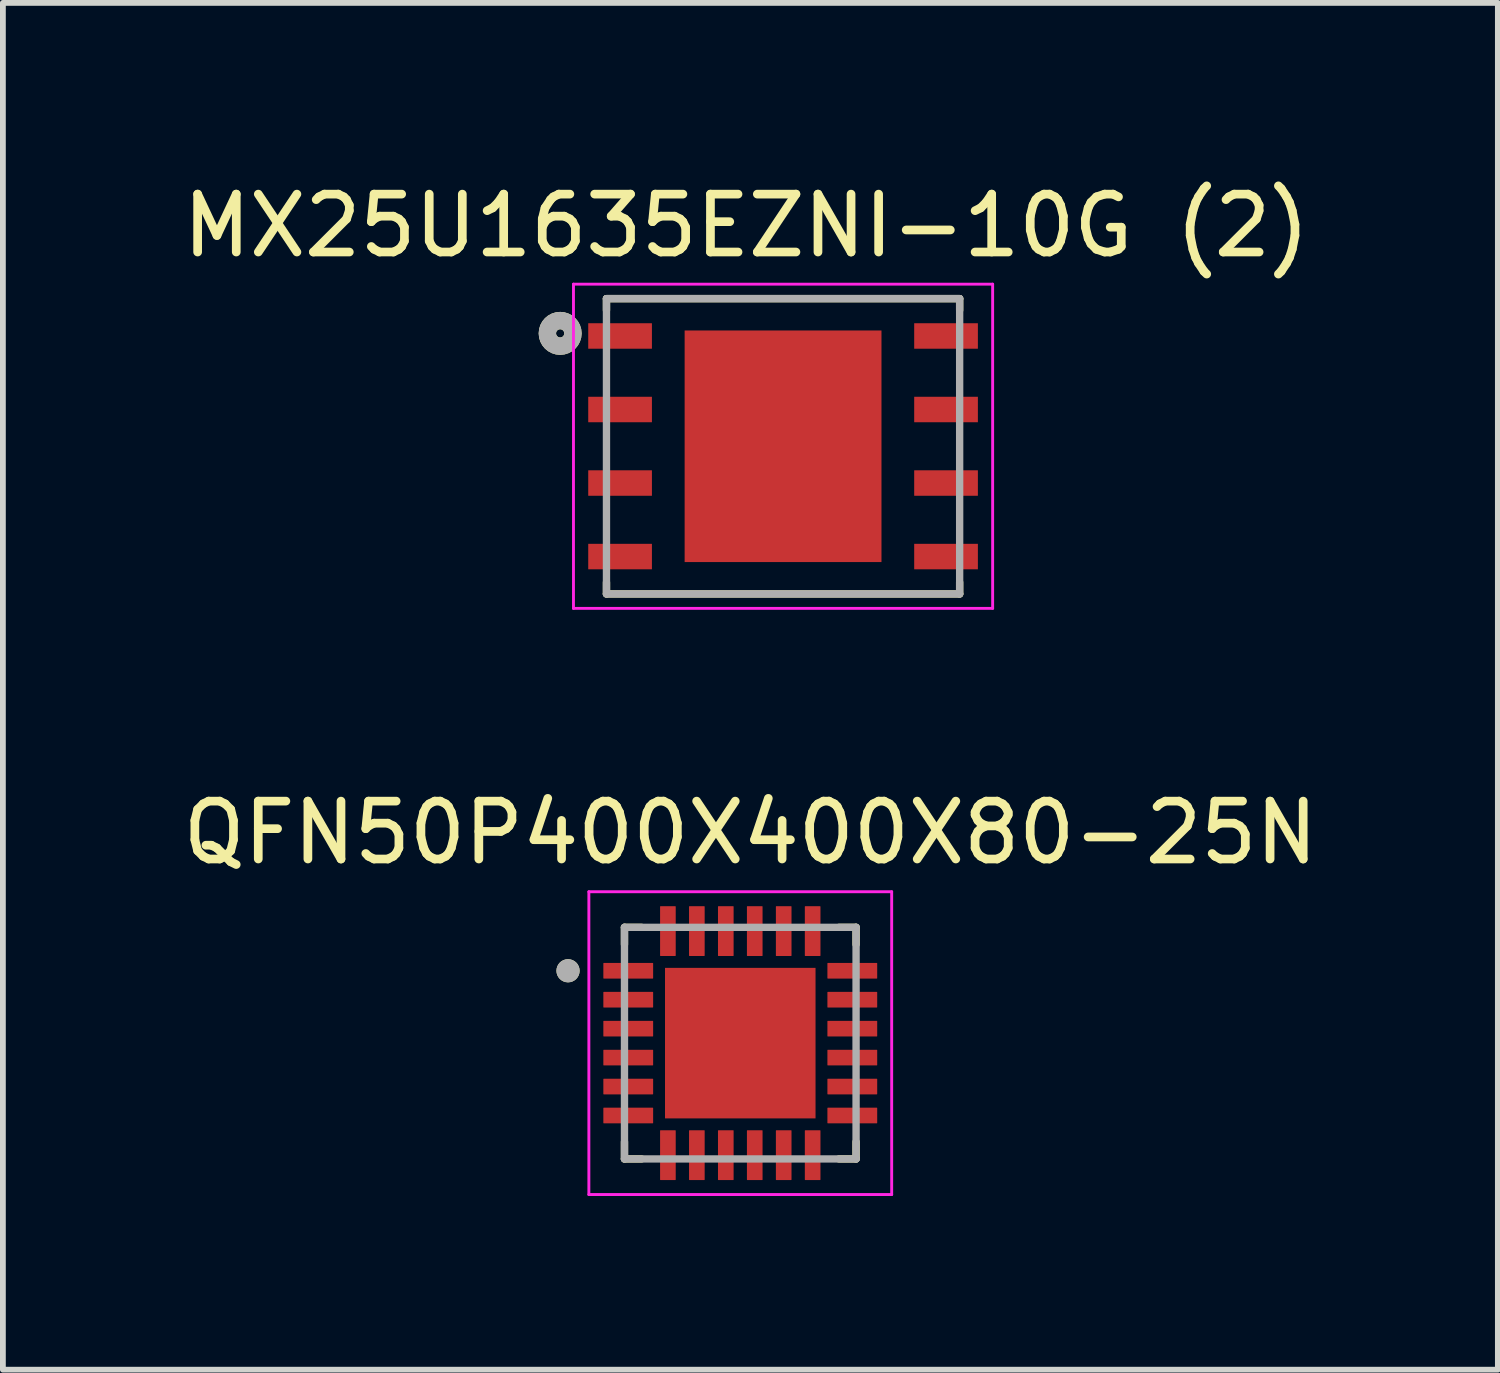
<source format=kicad_pcb>
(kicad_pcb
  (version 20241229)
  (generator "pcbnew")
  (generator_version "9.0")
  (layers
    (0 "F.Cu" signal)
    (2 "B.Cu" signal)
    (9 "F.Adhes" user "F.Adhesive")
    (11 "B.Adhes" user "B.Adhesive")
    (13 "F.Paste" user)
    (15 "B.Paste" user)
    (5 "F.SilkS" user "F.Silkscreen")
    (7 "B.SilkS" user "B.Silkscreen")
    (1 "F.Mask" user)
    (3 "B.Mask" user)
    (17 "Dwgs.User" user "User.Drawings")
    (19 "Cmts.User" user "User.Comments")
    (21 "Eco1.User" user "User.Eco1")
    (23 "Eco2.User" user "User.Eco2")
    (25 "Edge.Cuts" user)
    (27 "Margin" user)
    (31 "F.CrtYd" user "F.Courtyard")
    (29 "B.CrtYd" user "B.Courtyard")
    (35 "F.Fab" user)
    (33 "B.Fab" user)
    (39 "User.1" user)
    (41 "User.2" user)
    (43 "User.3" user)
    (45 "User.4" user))
  (footprint "QFN50P400X400X80-25N"
    (layer "F.Cu")
    (at 9.736 14.967)
    (property "Reference" "QFN50P400X400X80-25N" (at 0.175 -3.635 0) (layer "F.SilkS") (effects (font (size 1 1) (thickness 0.15))))
    (attr smd)
    (fp_line (start -2 -2) (end -2 -1.705) (stroke (width 0.127) (type solid)) (layer "F.SilkS"))
    (fp_line (start -2 -2) (end -1.705 -2) (stroke (width 0.127) (type solid)) (layer "F.SilkS"))
    (fp_line (start -2 2) (end -2 1.705) (stroke (width 0.127) (type solid)) (layer "F.SilkS"))
    (fp_line (start -2 2) (end -1.705 2) (stroke (width 0.127) (type solid)) (layer "F.SilkS"))
    (fp_line (start 2 -2) (end 1.705 -2) (stroke (width 0.127) (type solid)) (layer "F.SilkS"))
    (fp_line (start 2 -2) (end 2 -1.705) (stroke (width 0.127) (type solid)) (layer "F.SilkS"))
    (fp_line (start 2 2) (end 1.705 2) (stroke (width 0.127) (type solid)) (layer "F.SilkS"))
    (fp_line (start 2 2) (end 2 1.705) (stroke (width 0.127) (type solid)) (layer "F.SilkS"))
    (fp_circle (center -2.975 -1.25) (end -2.875 -1.25) (stroke (width 0.2) (type solid)) (fill no) (layer "F.SilkS"))
    (fp_poly (pts (xy -0.82 -0.82) (xy 0.82 -0.82) (xy 0.82 0.82) (xy -0.82 0.82)) (stroke (width 0.01) (type solid)) (fill yes) (layer "F.Paste"))
    (fp_line (start -2.615 -2.615) (end 2.615 -2.615) (stroke (width 0.05) (type solid)) (layer "F.CrtYd"))
    (fp_line (start -2.615 2.615) (end -2.615 -2.615) (stroke (width 0.05) (type solid)) (layer "F.CrtYd"))
    (fp_line (start -2.615 2.615) (end 2.615 2.615) (stroke (width 0.05) (type solid)) (layer "F.CrtYd"))
    (fp_line (start 2.615 2.615) (end 2.615 -2.615) (stroke (width 0.05) (type solid)) (layer "F.CrtYd"))
    (fp_line (start -2 2) (end -2 -2) (stroke (width 0.127) (type solid)) (layer "F.Fab"))
    (fp_line (start 2 -2) (end -2 -2) (stroke (width 0.127) (type solid)) (layer "F.Fab"))
    (fp_line (start 2 2) (end -2 2) (stroke (width 0.127) (type solid)) (layer "F.Fab"))
    (fp_line (start 2 2) (end 2 -2) (stroke (width 0.127) (type solid)) (layer "F.Fab"))
    (fp_circle (center -2.975 -1.25) (end -2.875 -1.25) (stroke (width 0.2) (type solid)) (fill no) (layer "F.Fab"))
    (pad "1" smd roundrect (at -1.935 -1.25) (size 0.86 0.27) (layers "F.Cu" "F.Mask" "F.Paste") (roundrect_rratio 0.03))
    (pad "2" smd roundrect (at -1.935 -0.75) (size 0.86 0.27) (layers "F.Cu" "F.Mask" "F.Paste") (roundrect_rratio 0.03))
    (pad "3" smd roundrect (at -1.935 -0.25) (size 0.86 0.27) (layers "F.Cu" "F.Mask" "F.Paste") (roundrect_rratio 0.03))
    (pad "4" smd roundrect (at -1.935 0.25) (size 0.86 0.27) (layers "F.Cu" "F.Mask" "F.Paste") (roundrect_rratio 0.03))
    (pad "5" smd roundrect (at -1.935 0.75) (size 0.86 0.27) (layers "F.Cu" "F.Mask" "F.Paste") (roundrect_rratio 0.03))
    (pad "6" smd roundrect (at -1.935 1.25) (size 0.86 0.27) (layers "F.Cu" "F.Mask" "F.Paste") (roundrect_rratio 0.03))
    (pad "7" smd roundrect (at -1.25 1.935 90) (size 0.86 0.27) (layers "F.Cu" "F.Mask" "F.Paste") (roundrect_rratio 0.03))
    (pad "8" smd roundrect (at -0.75 1.935 90) (size 0.86 0.27) (layers "F.Cu" "F.Mask" "F.Paste") (roundrect_rratio 0.03))
    (pad "9" smd roundrect (at -0.25 1.935 90) (size 0.86 0.27) (layers "F.Cu" "F.Mask" "F.Paste") (roundrect_rratio 0.03))
    (pad "10" smd roundrect (at 0.25 1.935 90) (size 0.86 0.27) (layers "F.Cu" "F.Mask" "F.Paste") (roundrect_rratio 0.03))
    (pad "11" smd roundrect (at 0.75 1.935 90) (size 0.86 0.27) (layers "F.Cu" "F.Mask" "F.Paste") (roundrect_rratio 0.03))
    (pad "12" smd roundrect (at 1.25 1.935 90) (size 0.86 0.27) (layers "F.Cu" "F.Mask" "F.Paste") (roundrect_rratio 0.03))
    (pad "13" smd roundrect (at 1.935 1.25) (size 0.86 0.27) (layers "F.Cu" "F.Mask" "F.Paste") (roundrect_rratio 0.03))
    (pad "14" smd roundrect (at 1.935 0.75) (size 0.86 0.27) (layers "F.Cu" "F.Mask" "F.Paste") (roundrect_rratio 0.03))
    (pad "15" smd roundrect (at 1.935 0.25) (size 0.86 0.27) (layers "F.Cu" "F.Mask" "F.Paste") (roundrect_rratio 0.03))
    (pad "16" smd roundrect (at 1.935 -0.25) (size 0.86 0.27) (layers "F.Cu" "F.Mask" "F.Paste") (roundrect_rratio 0.03))
    (pad "17" smd roundrect (at 1.935 -0.75) (size 0.86 0.27) (layers "F.Cu" "F.Mask" "F.Paste") (roundrect_rratio 0.03))
    (pad "18" smd roundrect (at 1.935 -1.25) (size 0.86 0.27) (layers "F.Cu" "F.Mask" "F.Paste") (roundrect_rratio 0.03))
    (pad "19" smd roundrect (at 1.25 -1.935 90) (size 0.86 0.27) (layers "F.Cu" "F.Mask" "F.Paste") (roundrect_rratio 0.03))
    (pad "20" smd roundrect (at 0.75 -1.935 90) (size 0.86 0.27) (layers "F.Cu" "F.Mask" "F.Paste") (roundrect_rratio 0.03))
    (pad "21" smd roundrect (at 0.25 -1.935 90) (size 0.86 0.27) (layers "F.Cu" "F.Mask" "F.Paste") (roundrect_rratio 0.03))
    (pad "22" smd roundrect (at -0.25 -1.935 90) (size 0.86 0.27) (layers "F.Cu" "F.Mask" "F.Paste") (roundrect_rratio 0.03))
    (pad "23" smd roundrect (at -0.75 -1.935 90) (size 0.86 0.27) (layers "F.Cu" "F.Mask" "F.Paste") (roundrect_rratio 0.03))
    (pad "24" smd roundrect (at -1.25 -1.935 90) (size 0.86 0.27) (layers "F.Cu" "F.Mask" "F.Paste") (roundrect_rratio 0.03))
    (pad "25" smd rect (at 0 0) (size 2.6 2.6) (layers "F.Cu" "F.Mask")))
  (footprint "MX25U1635EZNI-10G (2)"
    (layer "F.Cu")
    (at 10.475 4.658)
    (property "Reference" "MX25U1635EZNI-10G (2)" (at -0.635 -3.81 0) (layer "F.SilkS") (effects (font (size 1 1) (thickness 0.15))))
    (attr smd)
    (fp_line (start -3.05 -2.55) (end 3.05 -2.55) (stroke (width 0.127) (type solid)) (layer "F.SilkS"))
    (fp_line (start -3.05 -2.35) (end -3.05 -2.55) (stroke (width 0.127) (type solid)) (layer "F.SilkS"))
    (fp_line (start -3.05 2.35) (end -3.05 2.55) (stroke (width 0.127) (type solid)) (layer "F.SilkS"))
    (fp_line (start -3.05 2.55) (end 3.05 2.55) (stroke (width 0.127) (type solid)) (layer "F.SilkS"))
    (fp_line (start 3.05 -2.55) (end 3.05 -2.35) (stroke (width 0.127) (type solid)) (layer "F.SilkS"))
    (fp_line (start 3.05 2.55) (end 3.05 2.35) (stroke (width 0.127) (type solid)) (layer "F.SilkS"))
    (fp_circle (center -3.85 -1.95) (end -3.779 -1.95) (stroke (width 0.3) (type solid)) (fill no) (layer "F.SilkS"))
    (fp_poly (pts (xy -1.341 -1.64) (xy -0.18 -1.64) (xy -0.18 -0.18) (xy -1.341 -0.18)) (stroke (width 0.01) (type solid)) (fill yes) (layer "F.Paste"))
    (fp_poly (pts (xy -1.341 0.18) (xy -0.18 0.18) (xy -0.18 1.641) (xy -1.341 1.641)) (stroke (width 0.01) (type solid)) (fill yes) (layer "F.Paste"))
    (fp_poly (pts (xy 0.18 -1.64) (xy 1.34 -1.64) (xy 1.34 -0.18) (xy 0.18 -0.18)) (stroke (width 0.01) (type solid)) (fill yes) (layer "F.Paste"))
    (fp_poly (pts (xy 0.18 0.18) (xy 1.34 0.18) (xy 1.34 1.643) (xy 0.18 1.643)) (stroke (width 0.01) (type solid)) (fill yes) (layer "F.Paste"))
    (fp_line (start -3.62 -2.8) (end 3.62 -2.8) (stroke (width 0.05) (type solid)) (layer "F.CrtYd"))
    (fp_line (start -3.62 2.8) (end -3.62 -2.8) (stroke (width 0.05) (type solid)) (layer "F.CrtYd"))
    (fp_line (start 3.62 -2.8) (end 3.62 2.8) (stroke (width 0.05) (type solid)) (layer "F.CrtYd"))
    (fp_line (start 3.62 2.8) (end -3.62 2.8) (stroke (width 0.05) (type solid)) (layer "F.CrtYd"))
    (fp_line (start -3.05 -2.55) (end 3.05 -2.55) (stroke (width 0.127) (type solid)) (layer "F.Fab"))
    (fp_line (start -3.05 2.55) (end -3.05 -2.55) (stroke (width 0.127) (type solid)) (layer "F.Fab"))
    (fp_line (start 3.05 -2.55) (end 3.05 2.55) (stroke (width 0.127) (type solid)) (layer "F.Fab"))
    (fp_line (start 3.05 2.55) (end -3.05 2.55) (stroke (width 0.127) (type solid)) (layer "F.Fab"))
    (fp_circle (center -3.85 -1.95) (end -3.779 -1.95) (stroke (width 0.3) (type solid)) (fill no) (layer "F.Fab"))
    (pad "1" smd rect (at -2.815 -1.905) (size 1.1 0.44) (layers "F.Cu" "F.Mask" "F.Paste"))
    (pad "2" smd rect (at -2.815 -0.635) (size 1.1 0.44) (layers "F.Cu" "F.Mask" "F.Paste"))
    (pad "3" smd rect (at -2.815 0.635) (size 1.1 0.44) (layers "F.Cu" "F.Mask" "F.Paste"))
    (pad "4" smd rect (at -2.815 1.905) (size 1.1 0.44) (layers "F.Cu" "F.Mask" "F.Paste"))
    (pad "5" smd rect (at 2.815 1.905) (size 1.1 0.44) (layers "F.Cu" "F.Mask" "F.Paste"))
    (pad "6" smd rect (at 2.815 0.635) (size 1.1 0.44) (layers "F.Cu" "F.Mask" "F.Paste"))
    (pad "7" smd rect (at 2.815 -0.635) (size 1.1 0.44) (layers "F.Cu" "F.Mask" "F.Paste"))
    (pad "8" smd rect (at 2.815 -1.905) (size 1.1 0.44) (layers "F.Cu" "F.Mask" "F.Paste"))
    (pad "9" smd rect (at 0 0 180) (size 3.4 4) (layers "F.Cu" "F.Mask")))
  (gr_rect
    (start -3 -3)
    (end 22.821 20.607)
    (stroke (width 0.1) (type default))
    (fill no)
    (layer "Edge.Cuts")))
</source>
